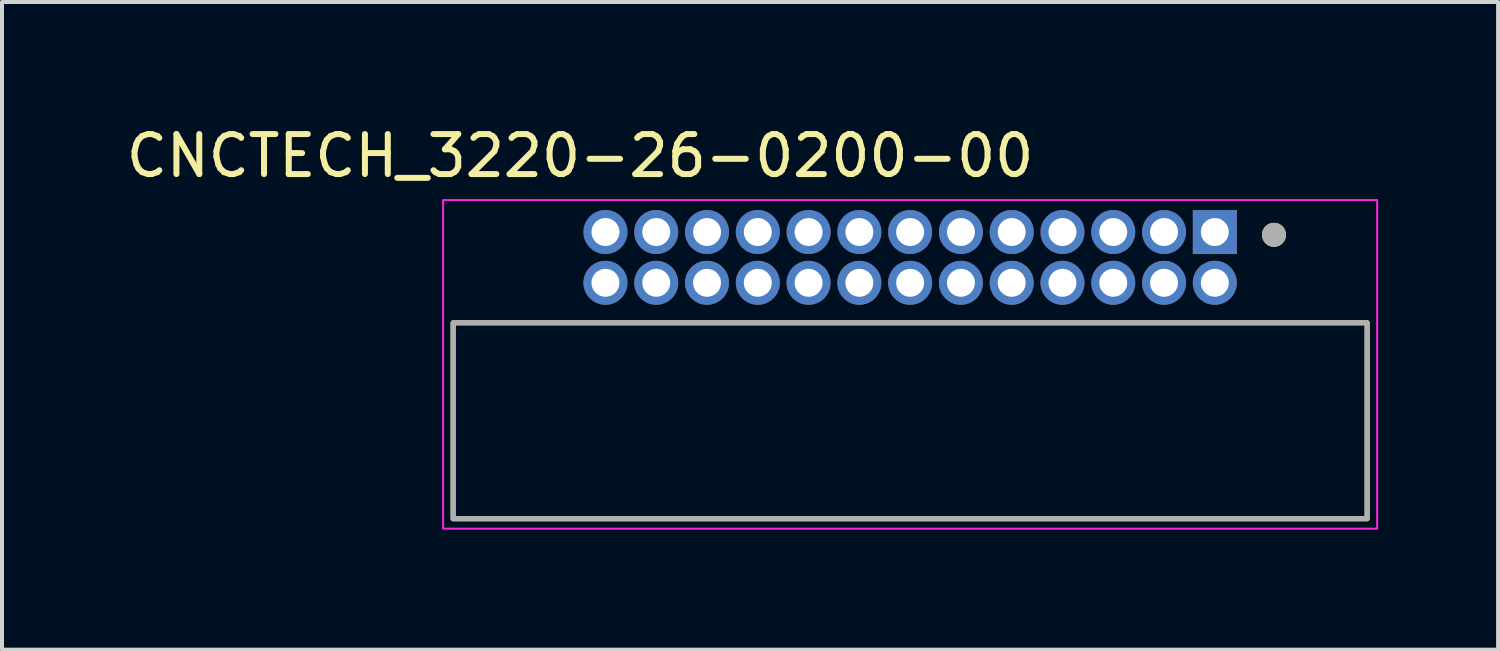
<source format=kicad_pcb>
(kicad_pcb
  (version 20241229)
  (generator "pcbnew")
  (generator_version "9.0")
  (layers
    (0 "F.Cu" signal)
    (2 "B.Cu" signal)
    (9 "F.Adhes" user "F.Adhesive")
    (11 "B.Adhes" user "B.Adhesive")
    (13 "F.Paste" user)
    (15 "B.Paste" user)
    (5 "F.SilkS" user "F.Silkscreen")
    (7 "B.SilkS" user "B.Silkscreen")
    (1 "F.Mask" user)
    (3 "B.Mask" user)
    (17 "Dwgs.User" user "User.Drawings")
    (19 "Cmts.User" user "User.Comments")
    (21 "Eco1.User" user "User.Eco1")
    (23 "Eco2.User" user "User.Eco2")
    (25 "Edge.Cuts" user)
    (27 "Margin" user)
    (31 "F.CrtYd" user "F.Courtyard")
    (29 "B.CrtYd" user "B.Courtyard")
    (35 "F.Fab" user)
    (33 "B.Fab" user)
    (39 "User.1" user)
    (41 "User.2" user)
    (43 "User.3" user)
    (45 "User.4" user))
  (footprint "CNCTECH_3220-26-0200-00"
    (layer "F.Cu")
    (at 19.713 3.388)
    (property "Reference" "CNCTECH_3220-26-0200-00" (at -8.255 -2.54 0) (layer "F.SilkS") (effects (font (size 1 1) (thickness 0.15))))
    (attr through_hole)
    (fp_line (start -11.43 6.535) (end -11.43 1.635) (stroke (width 0.127) (type solid)) (layer "F.SilkS"))
    (fp_line (start -11.405 1.635) (end 11.405 1.635) (stroke (width 0.127) (type solid)) (layer "F.SilkS"))
    (fp_line (start 11.405 6.535) (end -11.405 6.535) (stroke (width 0.127) (type solid)) (layer "F.SilkS"))
    (fp_line (start 11.43 1.635) (end 11.43 6.535) (stroke (width 0.127) (type solid)) (layer "F.SilkS"))
    (fp_circle (center 9.1 -0.565) (end 9.25 -0.565) (stroke (width 0.3) (type solid)) (fill no) (layer "F.SilkS"))
    (fp_line (start -11.68 6.785) (end -11.68 -1.435) (stroke (width 0.05) (type solid)) (layer "F.CrtYd"))
    (fp_line (start -11.655 -1.435) (end 11.655 -1.435) (stroke (width 0.05) (type solid)) (layer "F.CrtYd"))
    (fp_line (start 11.655 6.785) (end -11.655 6.785) (stroke (width 0.05) (type solid)) (layer "F.CrtYd"))
    (fp_line (start 11.68 -1.435) (end 11.68 6.785) (stroke (width 0.05) (type solid)) (layer "F.CrtYd"))
    (fp_line (start -11.43 6.535) (end -11.43 1.635) (stroke (width 0.127) (type solid)) (layer "F.Fab"))
    (fp_line (start -11.405 1.635) (end 11.405 1.635) (stroke (width 0.127) (type solid)) (layer "F.Fab"))
    (fp_line (start 11.405 6.535) (end -11.405 6.535) (stroke (width 0.127) (type solid)) (layer "F.Fab"))
    (fp_line (start 11.43 1.635) (end 11.43 6.535) (stroke (width 0.127) (type solid)) (layer "F.Fab"))
    (fp_circle (center 9.1 -0.565) (end 9.25 -0.565) (stroke (width 0.3) (type solid)) (fill no) (layer "F.Fab"))
    (pad "1" thru_hole rect (at 7.62 -0.635) (size 1.1 1.1) (drill 0.7) (layers "*.Cu" "*.Mask"))
    (pad "2" thru_hole circle (at 7.62 0.635) (size 1.1 1.1) (drill 0.7) (layers "*.Cu" "*.Mask"))
    (pad "3" thru_hole circle (at 6.35 -0.635) (size 1.1 1.1) (drill 0.7) (layers "*.Cu" "*.Mask"))
    (pad "4" thru_hole circle (at 6.35 0.635) (size 1.1 1.1) (drill 0.7) (layers "*.Cu" "*.Mask"))
    (pad "5" thru_hole circle (at 5.08 -0.635) (size 1.1 1.1) (drill 0.7) (layers "*.Cu" "*.Mask"))
    (pad "6" thru_hole circle (at 5.08 0.635) (size 1.1 1.1) (drill 0.7) (layers "*.Cu" "*.Mask"))
    (pad "7" thru_hole circle (at 3.81 -0.635) (size 1.1 1.1) (drill 0.7) (layers "*.Cu" "*.Mask"))
    (pad "8" thru_hole circle (at 3.81 0.635) (size 1.1 1.1) (drill 0.7) (layers "*.Cu" "*.Mask"))
    (pad "9" thru_hole circle (at 2.54 -0.635) (size 1.1 1.1) (drill 0.7) (layers "*.Cu" "*.Mask"))
    (pad "10" thru_hole circle (at 2.54 0.635) (size 1.1 1.1) (drill 0.7) (layers "*.Cu" "*.Mask"))
    (pad "11" thru_hole circle (at 1.27 -0.635) (size 1.1 1.1) (drill 0.7) (layers "*.Cu" "*.Mask"))
    (pad "12" thru_hole circle (at 1.27 0.635) (size 1.1 1.1) (drill 0.7) (layers "*.Cu" "*.Mask"))
    (pad "13" thru_hole circle (at 0 -0.635) (size 1.1 1.1) (drill 0.7) (layers "*.Cu" "*.Mask"))
    (pad "14" thru_hole circle (at 0 0.635) (size 1.1 1.1) (drill 0.7) (layers "*.Cu" "*.Mask"))
    (pad "15" thru_hole circle (at -1.27 -0.635) (size 1.1 1.1) (drill 0.7) (layers "*.Cu" "*.Mask"))
    (pad "16" thru_hole circle (at -1.27 0.635) (size 1.1 1.1) (drill 0.7) (layers "*.Cu" "*.Mask"))
    (pad "17" thru_hole circle (at -2.54 -0.635) (size 1.1 1.1) (drill 0.7) (layers "*.Cu" "*.Mask"))
    (pad "18" thru_hole circle (at -2.54 0.635) (size 1.1 1.1) (drill 0.7) (layers "*.Cu" "*.Mask"))
    (pad "19" thru_hole circle (at -3.81 -0.635) (size 1.1 1.1) (drill 0.7) (layers "*.Cu" "*.Mask"))
    (pad "20" thru_hole circle (at -3.81 0.635) (size 1.1 1.1) (drill 0.7) (layers "*.Cu" "*.Mask"))
    (pad "21" thru_hole circle (at -5.08 -0.635) (size 1.1 1.1) (drill 0.7) (layers "*.Cu" "*.Mask"))
    (pad "22" thru_hole circle (at -5.08 0.635) (size 1.1 1.1) (drill 0.7) (layers "*.Cu" "*.Mask"))
    (pad "23" thru_hole circle (at -6.35 -0.635) (size 1.1 1.1) (drill 0.7) (layers "*.Cu" "*.Mask"))
    (pad "24" thru_hole circle (at -6.35 0.635) (size 1.1 1.1) (drill 0.7) (layers "*.Cu" "*.Mask"))
    (pad "25" thru_hole circle (at -7.62 -0.635) (size 1.1 1.1) (drill 0.7) (layers "*.Cu" "*.Mask"))
    (pad "26" thru_hole circle (at -7.62 0.635) (size 1.1 1.1) (drill 0.7) (layers "*.Cu" "*.Mask")))
  (gr_rect
    (start -3 -3)
    (end 34.418 13.198)
    (stroke (width 0.1) (type default))
    (fill no)
    (layer "Edge.Cuts")))
</source>
